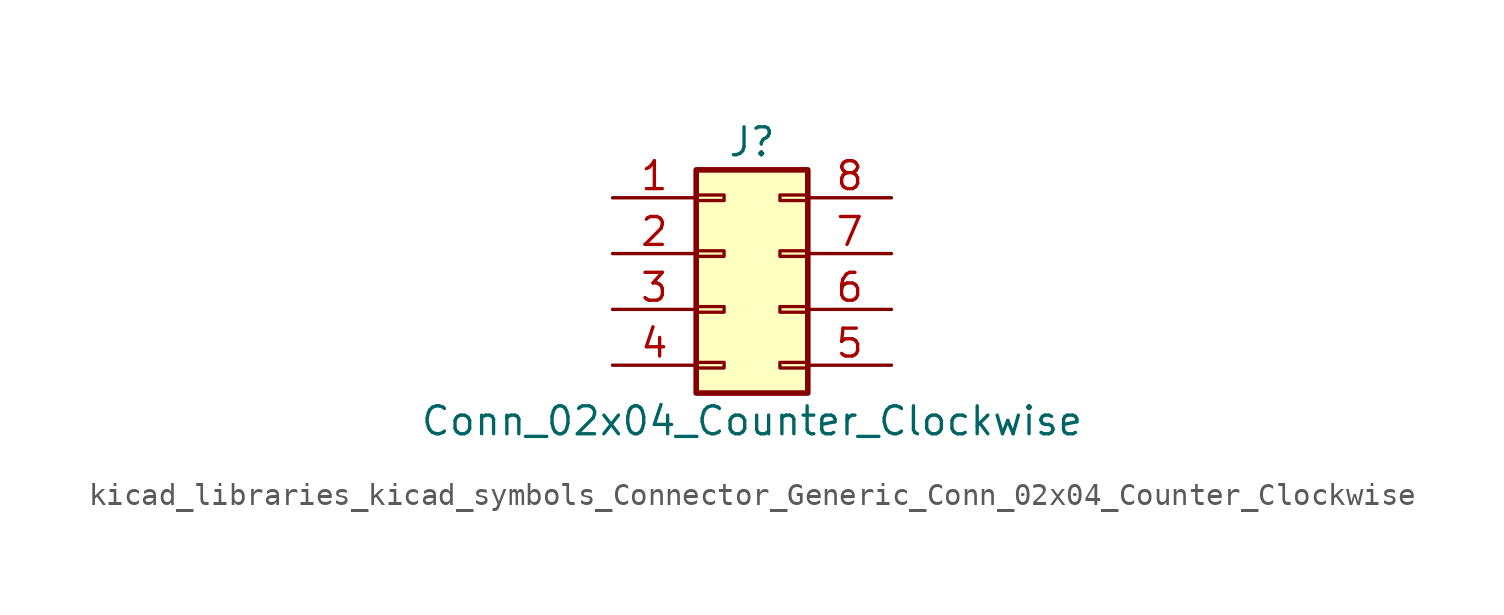
<source format=kicad_sym>
(kicad_symbol_lib
  (version 20220914)
  (generator kicad_symbol_editor)
  (symbol "kicad_libraries_kicad_symbols_Connector_Generic_Conn_02x04_Counter_Clockwise"
    (pin_names
      (offset 1.016) hide)
    (property "Reference" "J"
      (at 1.27 5.08 0)
      (effects (font (size 1.27 1.27))))
    (property "Value" "Conn_02x04_Counter_Clockwise"
      (at 1.27 -7.62 0)
      (effects (font (size 1.27 1.27))))
    (symbol "kicad_libraries_kicad_symbols_Connector_Generic_Conn_02x04_Counter_Clockwise_1_1"
      (rectangle (start -1.27 -4.953) (end 0 -5.207) (stroke (width 0.152) (type default)) (fill (type none)))
      (rectangle (start -1.27 -2.413) (end 0 -2.667) (stroke (width 0.152) (type default)) (fill (type none)))
      (rectangle (start -1.27 0.127) (end 0 -0.127) (stroke (width 0.152) (type default)) (fill (type none)))
      (rectangle (start -1.27 2.667) (end 0 2.413) (stroke (width 0.152) (type default)) (fill (type none)))
      (rectangle (start -1.27 3.81) (end 3.81 -6.35) (stroke (width 0.254) (type default)) (fill (type background)))
      (rectangle (start 3.81 -4.953) (end 2.54 -5.207) (stroke (width 0.152) (type default)) (fill (type none)))
      (rectangle (start 3.81 -2.413) (end 2.54 -2.667) (stroke (width 0.152) (type default)) (fill (type none)))
      (rectangle (start 3.81 0.127) (end 2.54 -0.127) (stroke (width 0.152) (type default)) (fill (type none)))
      (rectangle (start 3.81 2.667) (end 2.54 2.413) (stroke (width 0.152) (type default)) (fill (type none)))
      (pin passive line (at -5.08 2.54 0) (length 3.81) (name "Pin_1" (effects (font (size 1.27 1.27)))) (number "1" (effects (font (size 1.27 1.27)))))
      (pin passive line (at -5.08 0 0) (length 3.81) (name "Pin_2" (effects (font (size 1.27 1.27)))) (number "2" (effects (font (size 1.27 1.27)))))
      (pin passive line (at -5.08 -2.54 0) (length 3.81) (name "Pin_3" (effects (font (size 1.27 1.27)))) (number "3" (effects (font (size 1.27 1.27)))))
      (pin passive line (at -5.08 -5.08 0) (length 3.81) (name "Pin_4" (effects (font (size 1.27 1.27)))) (number "4" (effects (font (size 1.27 1.27)))))
      (pin passive line (at 7.62 -5.08 180) (length 3.81) (name "Pin_5" (effects (font (size 1.27 1.27)))) (number "5" (effects (font (size 1.27 1.27)))))
      (pin passive line (at 7.62 -2.54 180) (length 3.81) (name "Pin_6" (effects (font (size 1.27 1.27)))) (number "6" (effects (font (size 1.27 1.27)))))
      (pin passive line (at 7.62 0 180) (length 3.81) (name "Pin_7" (effects (font (size 1.27 1.27)))) (number "7" (effects (font (size 1.27 1.27)))))
      (pin passive line (at 7.62 2.54 180) (length 3.81) (name "Pin_8" (effects (font (size 1.27 1.27)))) (number "8" (effects (font (size 1.27 1.27))))))))
</source>
